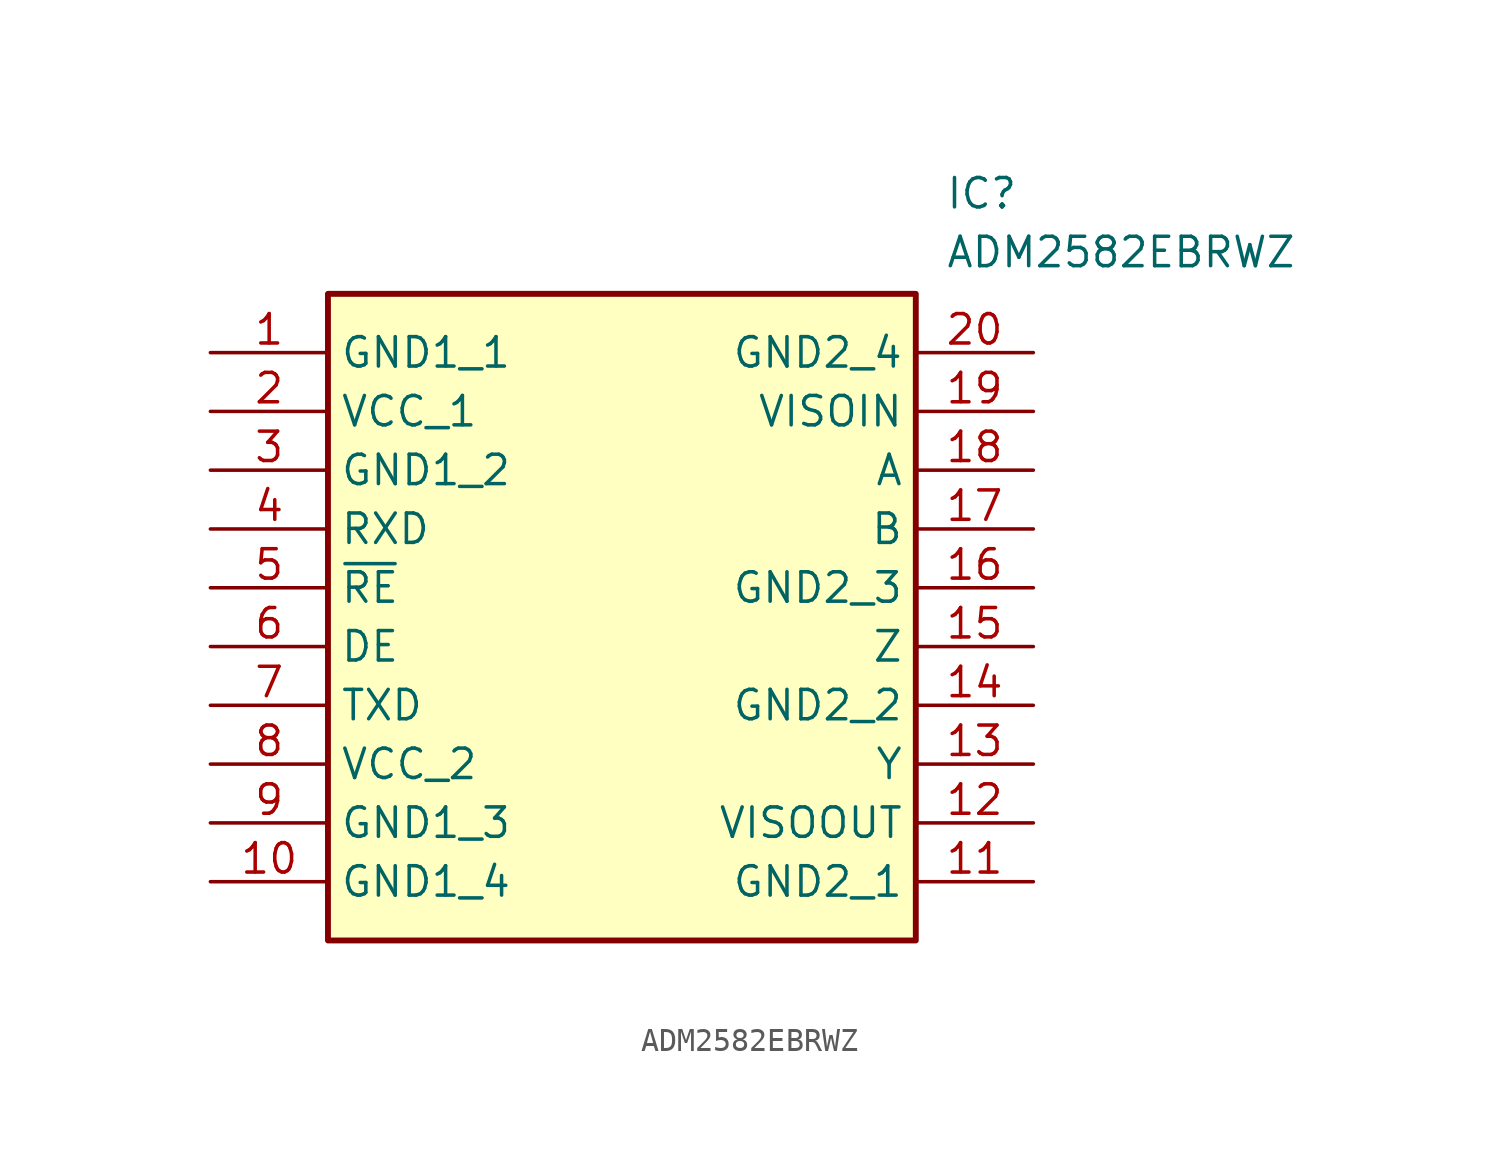
<source format=kicad_sym>
(kicad_symbol_lib
  (version 20211014)
  (generator kicad_symbol_editor)
  (symbol "ADM2582EBRWZ"
    (property "Reference" "IC"
      (at 31.75 7.62 0)
      (effects (font (size 1.27 1.27)) (justify left top)))
    (property "Value" "ADM2582EBRWZ"
      (at 31.75 5.08 0)
      (effects (font (size 1.27 1.27)) (justify left top)))
    (rectangle
      (start 5.08 2.54)
      (end 30.48 -25.4)
      (stroke (width 0.254) (type default))
      (fill (type background)))
    (pin passive line
      (at 0 0 0)
      (length 5.08)
      (name "GND1_1" (effects (font (size 1.27 1.27))))
      (number "1" (effects (font (size 1.27 1.27)))))
    (pin passive line
      (at 0 -2.54 0)
      (length 5.08)
      (name "VCC_1" (effects (font (size 1.27 1.27))))
      (number "2" (effects (font (size 1.27 1.27)))))
    (pin passive line
      (at 0 -5.08 0)
      (length 5.08)
      (name "GND1_2" (effects (font (size 1.27 1.27))))
      (number "3" (effects (font (size 1.27 1.27)))))
    (pin passive line
      (at 0 -7.62 0)
      (length 5.08)
      (name "RXD" (effects (font (size 1.27 1.27))))
      (number "4" (effects (font (size 1.27 1.27)))))
    (pin passive line
      (at 0 -10.16 0)
      (length 5.08)
      (name "~{RE}" (effects (font (size 1.27 1.27))))
      (number "5" (effects (font (size 1.27 1.27)))))
    (pin passive line
      (at 0 -12.7 0)
      (length 5.08)
      (name "DE" (effects (font (size 1.27 1.27))))
      (number "6" (effects (font (size 1.27 1.27)))))
    (pin passive line
      (at 0 -15.24 0)
      (length 5.08)
      (name "TXD" (effects (font (size 1.27 1.27))))
      (number "7" (effects (font (size 1.27 1.27)))))
    (pin passive line
      (at 0 -17.78 0)
      (length 5.08)
      (name "VCC_2" (effects (font (size 1.27 1.27))))
      (number "8" (effects (font (size 1.27 1.27)))))
    (pin passive line
      (at 0 -20.32 0)
      (length 5.08)
      (name "GND1_3" (effects (font (size 1.27 1.27))))
      (number "9" (effects (font (size 1.27 1.27)))))
    (pin passive line
      (at 0 -22.86 0)
      (length 5.08)
      (name "GND1_4" (effects (font (size 1.27 1.27))))
      (number "10" (effects (font (size 1.27 1.27)))))
    (pin passive line
      (at 35.56 0 180)
      (length 5.08)
      (name "GND2_4" (effects (font (size 1.27 1.27))))
      (number "20" (effects (font (size 1.27 1.27)))))
    (pin passive line
      (at 35.56 -2.54 180)
      (length 5.08)
      (name "VISOIN" (effects (font (size 1.27 1.27))))
      (number "19" (effects (font (size 1.27 1.27)))))
    (pin passive line
      (at 35.56 -5.08 180)
      (length 5.08)
      (name "A" (effects (font (size 1.27 1.27))))
      (number "18" (effects (font (size 1.27 1.27)))))
    (pin passive line
      (at 35.56 -7.62 180)
      (length 5.08)
      (name "B" (effects (font (size 1.27 1.27))))
      (number "17" (effects (font (size 1.27 1.27)))))
    (pin passive line
      (at 35.56 -10.16 180)
      (length 5.08)
      (name "GND2_3" (effects (font (size 1.27 1.27))))
      (number "16" (effects (font (size 1.27 1.27)))))
    (pin passive line
      (at 35.56 -12.7 180)
      (length 5.08)
      (name "Z" (effects (font (size 1.27 1.27))))
      (number "15" (effects (font (size 1.27 1.27)))))
    (pin passive line
      (at 35.56 -15.24 180)
      (length 5.08)
      (name "GND2_2" (effects (font (size 1.27 1.27))))
      (number "14" (effects (font (size 1.27 1.27)))))
    (pin passive line
      (at 35.56 -17.78 180)
      (length 5.08)
      (name "Y" (effects (font (size 1.27 1.27))))
      (number "13" (effects (font (size 1.27 1.27)))))
    (pin passive line
      (at 35.56 -20.32 180)
      (length 5.08)
      (name "VISOOUT" (effects (font (size 1.27 1.27))))
      (number "12" (effects (font (size 1.27 1.27)))))
    (pin passive line
      (at 35.56 -22.86 180)
      (length 5.08)
      (name "GND2_1" (effects (font (size 1.27 1.27))))
      (number "11" (effects (font (size 1.27 1.27)))))))
</source>
